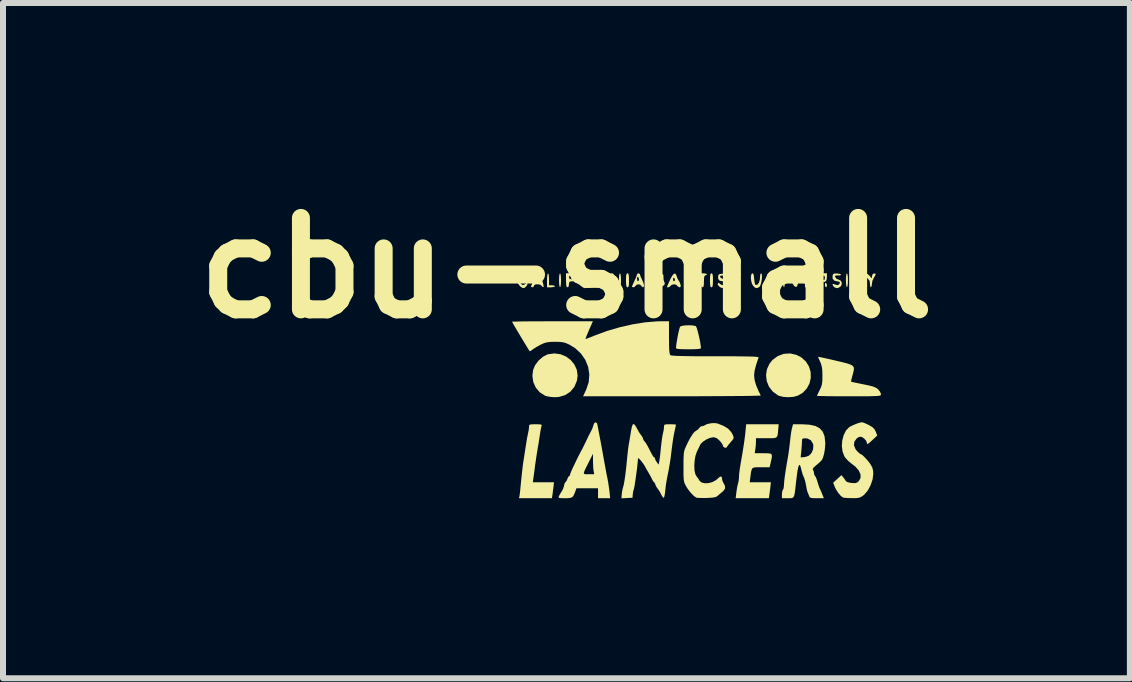
<source format=kicad_pcb>
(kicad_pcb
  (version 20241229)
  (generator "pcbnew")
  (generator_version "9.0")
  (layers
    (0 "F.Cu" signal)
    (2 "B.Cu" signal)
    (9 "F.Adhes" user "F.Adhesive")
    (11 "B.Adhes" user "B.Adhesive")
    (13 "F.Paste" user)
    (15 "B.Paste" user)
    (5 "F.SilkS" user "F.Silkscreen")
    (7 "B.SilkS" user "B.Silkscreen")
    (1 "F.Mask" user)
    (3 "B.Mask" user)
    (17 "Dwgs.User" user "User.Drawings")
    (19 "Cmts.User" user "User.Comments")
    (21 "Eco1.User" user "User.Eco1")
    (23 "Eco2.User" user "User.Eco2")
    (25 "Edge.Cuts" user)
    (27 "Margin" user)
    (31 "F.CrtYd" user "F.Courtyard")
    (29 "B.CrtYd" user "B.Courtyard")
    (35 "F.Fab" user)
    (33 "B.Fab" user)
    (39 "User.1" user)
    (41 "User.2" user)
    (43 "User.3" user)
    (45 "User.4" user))
  (footprint "cbu-small"
    (layer "F.Cu")
    (at 8.553 3.323)
    (property "Reference" "cbu-small" (at -2.159 -1.905 0) (layer "F.SilkS") (effects (font (size 1.524 1.524) (thickness 0.3))))
    (attr board_only exclude_from_pos_files exclude_from_bom)
    (fp_poly (pts (xy 2.181 -1.635) (xy 2.183 -1.616) (xy 2.176 -1.589) (xy 2.167 -1.583) (xy 2.154 -1.598) (xy 2.15 -1.626) (xy 2.155 -1.654) (xy 2.167 -1.658)) (stroke (width 0) (type solid)) (fill yes) (layer "F.SilkS"))
    (fp_poly (pts (xy -2.258 -1.801) (xy -2.252 -1.76) (xy -2.25 -1.7) (xy -2.25 -1.7) (xy -2.252 -1.64) (xy -2.258 -1.599) (xy -2.267 -1.583) (xy -2.267 -1.583) (xy -2.275 -1.599) (xy -2.281 -1.64) (xy -2.283 -1.7) (xy -2.283 -1.7) (xy -2.281 -1.76) (xy -2.275 -1.801) (xy -2.267 -1.817) (xy -2.267 -1.817)) (stroke (width 0) (type solid)) (fill yes) (layer "F.SilkS"))
    (fp_poly (pts (xy -1.128 -1.81) (xy -1.12 -1.785) (xy -1.117 -1.737) (xy -1.117 -1.7) (xy -1.118 -1.637) (xy -1.123 -1.6) (xy -1.134 -1.585) (xy -1.142 -1.583) (xy -1.155 -1.59) (xy -1.163 -1.615) (xy -1.166 -1.663) (xy -1.167 -1.7) (xy -1.165 -1.763) (xy -1.16 -1.8) (xy -1.149 -1.815) (xy -1.142 -1.817)) (stroke (width 0) (type solid)) (fill yes) (layer "F.SilkS"))
    (fp_poly (pts (xy 0.272 -1.81) (xy 0.28 -1.785) (xy 0.283 -1.737) (xy 0.283 -1.7) (xy 0.282 -1.637) (xy 0.277 -1.6) (xy 0.266 -1.585) (xy 0.258 -1.583) (xy 0.245 -1.59) (xy 0.237 -1.615) (xy 0.234 -1.663) (xy 0.233 -1.7) (xy 0.235 -1.763) (xy 0.24 -1.8) (xy 0.251 -1.815) (xy 0.258 -1.817)) (stroke (width 0) (type solid)) (fill yes) (layer "F.SilkS"))
    (fp_poly (pts (xy 1.475 -1.801) (xy 1.481 -1.76) (xy 1.483 -1.7) (xy 1.483 -1.7) (xy 1.481 -1.64) (xy 1.475 -1.599) (xy 1.467 -1.583) (xy 1.467 -1.583) (xy 1.458 -1.599) (xy 1.452 -1.64) (xy 1.45 -1.7) (xy 1.45 -1.7) (xy 1.452 -1.76) (xy 1.458 -1.801) (xy 1.467 -1.817) (xy 1.467 -1.817)) (stroke (width 0) (type solid)) (fill yes) (layer "F.SilkS"))
    (fp_poly (pts (xy 2.525 -1.801) (xy 2.531 -1.76) (xy 2.533 -1.7) (xy 2.533 -1.7) (xy 2.531 -1.64) (xy 2.525 -1.599) (xy 2.517 -1.583) (xy 2.517 -1.583) (xy 2.508 -1.599) (xy 2.502 -1.64) (xy 2.5 -1.7) (xy 2.5 -1.7) (xy 2.502 -1.76) (xy 2.508 -1.801) (xy 2.517 -1.817) (xy 2.517 -1.817)) (stroke (width 0) (type solid)) (fill yes) (layer "F.SilkS"))
    (fp_poly (pts (xy -2.458 -1.801) (xy -2.452 -1.762) (xy -2.45 -1.717) (xy -2.45 -1.617) (xy -2.4 -1.617) (xy -2.365 -1.612) (xy -2.35 -1.6) (xy -2.35 -1.6) (xy -2.365 -1.59) (xy -2.402 -1.584) (xy -2.417 -1.583) (xy -2.483 -1.583) (xy -2.483 -1.7) (xy -2.481 -1.76) (xy -2.475 -1.801) (xy -2.467 -1.817) (xy -2.467 -1.817)) (stroke (width 0) (type solid)) (fill yes) (layer "F.SilkS"))
    (fp_poly (pts (xy 1.674 -0.457) (xy 1.754 -0.416) (xy 1.832 -0.347) (xy 1.884 -0.263) (xy 1.912 -0.17) (xy 1.914 -0.074) (xy 1.893 0.02) (xy 1.847 0.105) (xy 1.779 0.176) (xy 1.696 0.224) (xy 1.624 0.243) (xy 1.538 0.249) (xy 1.452 0.243) (xy 1.379 0.224) (xy 1.365 0.217) (xy 1.279 0.154) (xy 1.217 0.074) (xy 1.18 -0.019) (xy 1.168 -0.118) (xy 1.183 -0.217) (xy 1.226 -0.31) (xy 1.276 -0.372) (xy 1.365 -0.438) (xy 1.464 -0.474) (xy 1.569 -0.481)) (stroke (width 0) (type solid)) (fill yes) (layer "F.SilkS"))
    (fp_poly (pts (xy 2.725 -1.814) (xy 2.758 -1.807) (xy 2.767 -1.8) (xy 2.752 -1.787) (xy 2.725 -1.783) (xy 2.702 -1.781) (xy 2.689 -1.77) (xy 2.684 -1.741) (xy 2.683 -1.687) (xy 2.683 -1.683) (xy 2.681 -1.63) (xy 2.674 -1.594) (xy 2.667 -1.583) (xy 2.658 -1.599) (xy 2.652 -1.638) (xy 2.65 -1.683) (xy 2.649 -1.739) (xy 2.643 -1.769) (xy 2.631 -1.781) (xy 2.617 -1.783) (xy 2.59 -1.79) (xy 2.583 -1.8) (xy 2.598 -1.809) (xy 2.637 -1.815) (xy 2.675 -1.817)) (stroke (width 0) (type solid)) (fill yes) (layer "F.SilkS"))
    (fp_poly (pts (xy -2.258 -0.467) (xy -2.166 -0.429) (xy -2.088 -0.37) (xy -2.027 -0.296) (xy -1.987 -0.209) (xy -1.973 -0.113) (xy -1.984 -0.028) (xy -2.027 0.075) (xy -2.094 0.157) (xy -2.181 0.214) (xy -2.286 0.245) (xy -2.352 0.249) (xy -2.419 0.245) (xy -2.482 0.234) (xy -2.517 0.223) (xy -2.604 0.168) (xy -2.67 0.091) (xy -2.712 -0.002) (xy -2.727 -0.106) (xy -2.716 -0.203) (xy -2.682 -0.285) (xy -2.624 -0.362) (xy -2.552 -0.425) (xy -2.474 -0.465) (xy -2.465 -0.467) (xy -2.359 -0.481)) (stroke (width 0) (type solid)) (fill yes) (layer "F.SilkS"))
    (fp_poly (pts (xy 0.148 -1.814) (xy 0.178 -1.806) (xy 0.183 -1.8) (xy 0.17 -1.785) (xy 0.158 -1.783) (xy 0.144 -1.776) (xy 0.136 -1.748) (xy 0.133 -1.695) (xy 0.133 -1.683) (xy 0.131 -1.625) (xy 0.125 -1.594) (xy 0.111 -1.584) (xy 0.108 -1.583) (xy 0.094 -1.591) (xy 0.086 -1.618) (xy 0.083 -1.671) (xy 0.083 -1.683) (xy 0.082 -1.739) (xy 0.077 -1.769) (xy 0.065 -1.781) (xy 0.05 -1.783) (xy 0.023 -1.79) (xy 0.017 -1.8) (xy 0.032 -1.81) (xy 0.07 -1.816) (xy 0.1 -1.817)) (stroke (width 0) (type solid)) (fill yes) (layer "F.SilkS"))
    (fp_poly (pts (xy 0.714 -1.814) (xy 0.744 -1.806) (xy 0.75 -1.8) (xy 0.736 -1.786) (xy 0.717 -1.783) (xy 0.698 -1.78) (xy 0.688 -1.764) (xy 0.684 -1.728) (xy 0.683 -1.683) (xy 0.681 -1.625) (xy 0.675 -1.594) (xy 0.661 -1.584) (xy 0.658 -1.583) (xy 0.644 -1.591) (xy 0.636 -1.618) (xy 0.633 -1.671) (xy 0.633 -1.683) (xy 0.631 -1.741) (xy 0.625 -1.773) (xy 0.611 -1.783) (xy 0.608 -1.783) (xy 0.586 -1.792) (xy 0.583 -1.8) (xy 0.598 -1.81) (xy 0.637 -1.816) (xy 0.667 -1.817)) (stroke (width 0) (type solid)) (fill yes) (layer "F.SilkS"))
    (fp_poly (pts (xy 2.183 -1.752) (xy 2.175 -1.699) (xy 2.15 -1.673) (xy 2.108 -1.677) (xy 2.108 -1.677) (xy 2.09 -1.676) (xy 2.084 -1.649) (xy 2.083 -1.635) (xy 2.076 -1.595) (xy 2.058 -1.583) (xy 2.045 -1.59) (xy 2.037 -1.615) (xy 2.034 -1.663) (xy 2.033 -1.7) (xy 2.033 -1.742) (xy 2.083 -1.742) (xy 2.091 -1.709) (xy 2.117 -1.7) (xy 2.143 -1.71) (xy 2.15 -1.742) (xy 2.142 -1.774) (xy 2.117 -1.783) (xy 2.091 -1.774) (xy 2.083 -1.742) (xy 2.033 -1.742) (xy 2.033 -1.817) (xy 2.183 -1.817)) (stroke (width 0) (type solid)) (fill yes) (layer "F.SilkS"))
    (fp_poly (pts (xy -2.837 -1.809) (xy -2.809 -1.792) (xy -2.806 -1.77) (xy -2.807 -1.769) (xy -2.826 -1.76) (xy -2.849 -1.77) (xy -2.888 -1.78) (xy -2.921 -1.766) (xy -2.942 -1.734) (xy -2.946 -1.694) (xy -2.928 -1.653) (xy -2.924 -1.649) (xy -2.894 -1.622) (xy -2.869 -1.622) (xy -2.844 -1.642) (xy -2.82 -1.657) (xy -2.809 -1.648) (xy -2.813 -1.623) (xy -2.828 -1.601) (xy -2.859 -1.573) (xy -2.889 -1.571) (xy -2.927 -1.596) (xy -2.939 -1.608) (xy -2.974 -1.656) (xy -2.984 -1.71) (xy -2.972 -1.76) (xy -2.941 -1.798) (xy -2.893 -1.816) (xy -2.882 -1.816)) (stroke (width 0) (type solid)) (fill yes) (layer "F.SilkS"))
    (fp_poly (pts (xy -2.047 -1.813) (xy -2.02 -1.805) (xy -2.017 -1.8) (xy -2.031 -1.788) (xy -2.066 -1.783) (xy -2.067 -1.783) (xy -2.103 -1.778) (xy -2.116 -1.759) (xy -2.117 -1.75) (xy -2.109 -1.726) (xy -2.08 -1.717) (xy -2.067 -1.717) (xy -2.032 -1.712) (xy -2.017 -1.7) (xy -2.017 -1.7) (xy -2.031 -1.688) (xy -2.066 -1.683) (xy -2.067 -1.683) (xy -2.102 -1.679) (xy -2.115 -1.66) (xy -2.117 -1.633) (xy -2.124 -1.594) (xy -2.142 -1.583) (xy -2.155 -1.59) (xy -2.163 -1.615) (xy -2.166 -1.663) (xy -2.167 -1.7) (xy -2.167 -1.817) (xy -2.092 -1.817)) (stroke (width 0) (type solid)) (fill yes) (layer "F.SilkS"))
    (fp_poly (pts (xy 1.097 -1.802) (xy 1.1 -1.766) (xy 1.097 -1.716) (xy 1.088 -1.664) (xy 1.075 -1.619) (xy 1.059 -1.591) (xy 1.056 -1.588) (xy 1.017 -1.569) (xy 0.984 -1.577) (xy 0.951 -1.611) (xy 0.931 -1.649) (xy 0.919 -1.699) (xy 0.915 -1.75) (xy 0.92 -1.791) (xy 0.934 -1.815) (xy 0.941 -1.817) (xy 0.956 -1.806) (xy 0.966 -1.772) (xy 0.97 -1.722) (xy 0.976 -1.67) (xy 0.986 -1.633) (xy 0.994 -1.621) (xy 1.024 -1.627) (xy 1.049 -1.658) (xy 1.064 -1.708) (xy 1.067 -1.743) (xy 1.071 -1.791) (xy 1.081 -1.815) (xy 1.086 -1.817)) (stroke (width 0) (type solid)) (fill yes) (layer "F.SilkS"))
    (fp_poly (pts (xy 1.759 -1.814) (xy 1.76 -1.793) (xy 1.752 -1.757) (xy 1.739 -1.718) (xy 1.725 -1.69) (xy 1.717 -1.683) (xy 1.705 -1.669) (xy 1.697 -1.638) (xy 1.685 -1.598) (xy 1.663 -1.589) (xy 1.634 -1.609) (xy 1.606 -1.654) (xy 1.573 -1.727) (xy 1.558 -1.78) (xy 1.561 -1.81) (xy 1.575 -1.817) (xy 1.597 -1.809) (xy 1.6 -1.802) (xy 1.606 -1.778) (xy 1.621 -1.738) (xy 1.626 -1.726) (xy 1.645 -1.687) (xy 1.66 -1.676) (xy 1.676 -1.684) (xy 1.694 -1.715) (xy 1.7 -1.753) (xy 1.709 -1.788) (xy 1.729 -1.813) (xy 1.751 -1.818)) (stroke (width 0) (type solid)) (fill yes) (layer "F.SilkS"))
    (fp_poly (pts (xy -0.073 -0.949) (xy -0.024 -0.942) (xy -0.001 -0.935) (xy 0.009 -0.914) (xy 0.024 -0.869) (xy 0.04 -0.808) (xy 0.056 -0.738) (xy 0.07 -0.669) (xy 0.079 -0.609) (xy 0.083 -0.571) (xy 0.074 -0.562) (xy 0.044 -0.555) (xy -0.009 -0.552) (xy -0.092 -0.55) (xy -0.125 -0.55) (xy -0.217 -0.551) (xy -0.28 -0.554) (xy -0.317 -0.559) (xy -0.332 -0.568) (xy -0.333 -0.571) (xy -0.33 -0.61) (xy -0.322 -0.668) (xy -0.31 -0.736) (xy -0.297 -0.805) (xy -0.283 -0.866) (xy -0.271 -0.91) (xy -0.264 -0.928) (xy -0.238 -0.939) (xy -0.191 -0.947) (xy -0.132 -0.95)) (stroke (width 0) (type solid)) (fill yes) (layer "F.SilkS"))
    (fp_poly (pts (xy 2.863 -1.804) (xy 2.896 -1.774) (xy 2.898 -1.771) (xy 2.921 -1.741) (xy 2.931 -1.738) (xy 2.933 -1.758) (xy 2.933 -1.763) (xy 2.943 -1.797) (xy 2.959 -1.811) (xy 2.988 -1.815) (xy 2.995 -1.797) (xy 2.977 -1.761) (xy 2.97 -1.75) (xy 2.942 -1.693) (xy 2.933 -1.642) (xy 2.929 -1.604) (xy 2.919 -1.584) (xy 2.917 -1.583) (xy 2.906 -1.598) (xy 2.9 -1.634) (xy 2.9 -1.64) (xy 2.897 -1.68) (xy 2.889 -1.702) (xy 2.888 -1.703) (xy 2.871 -1.719) (xy 2.844 -1.752) (xy 2.837 -1.762) (xy 2.814 -1.797) (xy 2.81 -1.813) (xy 2.823 -1.817) (xy 2.831 -1.817)) (stroke (width 0) (type solid)) (fill yes) (layer "F.SilkS"))
    (fp_poly (pts (xy -0.083 -1.813) (xy -0.049 -1.798) (xy -0.035 -1.767) (xy -0.033 -1.74) (xy -0.035 -1.704) (xy -0.048 -1.688) (xy -0.081 -1.683) (xy -0.1 -1.683) (xy -0.143 -1.681) (xy -0.162 -1.671) (xy -0.167 -1.644) (xy -0.167 -1.633) (xy -0.171 -1.598) (xy -0.183 -1.583) (xy -0.183 -1.583) (xy -0.192 -1.599) (xy -0.198 -1.64) (xy -0.2 -1.7) (xy -0.2 -1.742) (xy -0.167 -1.742) (xy -0.162 -1.71) (xy -0.141 -1.702) (xy -0.129 -1.703) (xy -0.098 -1.72) (xy -0.092 -1.742) (xy -0.105 -1.771) (xy -0.129 -1.78) (xy -0.157 -1.778) (xy -0.166 -1.755) (xy -0.167 -1.742) (xy -0.2 -1.742) (xy -0.2 -1.817) (xy -0.143 -1.817)) (stroke (width 0) (type solid)) (fill yes) (layer "F.SilkS"))
    (fp_poly (pts (xy 1.936 -1.813) (xy 1.963 -1.805) (xy 1.967 -1.8) (xy 1.952 -1.789) (xy 1.916 -1.783) (xy 1.908 -1.783) (xy 1.868 -1.78) (xy 1.852 -1.765) (xy 1.85 -1.75) (xy 1.858 -1.726) (xy 1.887 -1.717) (xy 1.9 -1.717) (xy 1.935 -1.712) (xy 1.95 -1.7) (xy 1.95 -1.7) (xy 1.936 -1.688) (xy 1.901 -1.683) (xy 1.9 -1.683) (xy 1.863 -1.678) (xy 1.851 -1.659) (xy 1.85 -1.65) (xy 1.857 -1.627) (xy 1.882 -1.618) (xy 1.908 -1.617) (xy 1.947 -1.612) (xy 1.966 -1.602) (xy 1.967 -1.6) (xy 1.952 -1.59) (xy 1.914 -1.584) (xy 1.892 -1.583) (xy 1.817 -1.583) (xy 1.817 -1.817) (xy 1.892 -1.817)) (stroke (width 0) (type solid)) (fill yes) (layer "F.SilkS"))
    (fp_poly (pts (xy 1.243 -1.792) (xy 1.267 -1.75) (xy 1.29 -1.71) (xy 1.311 -1.686) (xy 1.317 -1.683) (xy 1.327 -1.698) (xy 1.333 -1.735) (xy 1.333 -1.75) (xy 1.337 -1.796) (xy 1.351 -1.815) (xy 1.358 -1.817) (xy 1.372 -1.81) (xy 1.38 -1.785) (xy 1.383 -1.737) (xy 1.383 -1.7) (xy 1.38 -1.629) (xy 1.37 -1.59) (xy 1.351 -1.583) (xy 1.325 -1.606) (xy 1.316 -1.618) (xy 1.288 -1.656) (xy 1.254 -1.697) (xy 1.217 -1.742) (xy 1.217 -1.663) (xy 1.214 -1.616) (xy 1.206 -1.588) (xy 1.2 -1.583) (xy 1.191 -1.599) (xy 1.186 -1.64) (xy 1.183 -1.7) (xy 1.183 -1.7) (xy 1.187 -1.771) (xy 1.198 -1.81) (xy 1.217 -1.817)) (stroke (width 0) (type solid)) (fill yes) (layer "F.SilkS"))
    (fp_poly (pts (xy 2.356 -1.813) (xy 2.398 -1.807) (xy 2.419 -1.796) (xy 2.42 -1.792) (xy 2.403 -1.782) (xy 2.366 -1.781) (xy 2.365 -1.781) (xy 2.329 -1.781) (xy 2.318 -1.768) (xy 2.32 -1.756) (xy 2.339 -1.728) (xy 2.359 -1.719) (xy 2.408 -1.698) (xy 2.431 -1.663) (xy 2.427 -1.621) (xy 2.407 -1.593) (xy 2.364 -1.569) (xy 2.319 -1.577) (xy 2.294 -1.597) (xy 2.276 -1.627) (xy 2.284 -1.641) (xy 2.312 -1.632) (xy 2.316 -1.63) (xy 2.354 -1.619) (xy 2.386 -1.63) (xy 2.4 -1.657) (xy 2.4 -1.658) (xy 2.386 -1.678) (xy 2.351 -1.683) (xy 2.303 -1.696) (xy 2.277 -1.732) (xy 2.278 -1.781) (xy 2.289 -1.805) (xy 2.312 -1.814)) (stroke (width 0) (type solid)) (fill yes) (layer "F.SilkS"))
    (fp_poly (pts (xy 0.488 -1.805) (xy 0.511 -1.796) (xy 0.512 -1.792) (xy 0.495 -1.782) (xy 0.458 -1.78) (xy 0.454 -1.78) (xy 0.413 -1.778) (xy 0.4 -1.764) (xy 0.413 -1.742) (xy 0.453 -1.718) (xy 0.467 -1.712) (xy 0.516 -1.683) (xy 0.534 -1.649) (xy 0.518 -1.61) (xy 0.503 -1.594) (xy 0.462 -1.57) (xy 0.42 -1.576) (xy 0.388 -1.596) (xy 0.363 -1.626) (xy 0.364 -1.647) (xy 0.38 -1.659) (xy 0.399 -1.642) (xy 0.431 -1.62) (xy 0.462 -1.619) (xy 0.481 -1.638) (xy 0.483 -1.65) (xy 0.472 -1.677) (xy 0.446 -1.684) (xy 0.395 -1.693) (xy 0.371 -1.723) (xy 0.369 -1.76) (xy 0.376 -1.791) (xy 0.393 -1.804) (xy 0.43 -1.808) (xy 0.446 -1.808)) (stroke (width 0) (type solid)) (fill yes) (layer "F.SilkS"))
    (fp_poly (pts (xy -1.258 -1.801) (xy -1.252 -1.76) (xy -1.25 -1.7) (xy -1.25 -1.7) (xy -1.252 -1.635) (xy -1.259 -1.595) (xy -1.268 -1.583) (xy -1.3 -1.599) (xy -1.334 -1.64) (xy -1.358 -1.687) (xy -1.382 -1.742) (xy -1.383 -1.663) (xy -1.386 -1.611) (xy -1.397 -1.587) (xy -1.408 -1.583) (xy -1.422 -1.59) (xy -1.43 -1.615) (xy -1.433 -1.663) (xy -1.433 -1.7) (xy -1.432 -1.761) (xy -1.428 -1.797) (xy -1.419 -1.813) (xy -1.403 -1.817) (xy -1.401 -1.817) (xy -1.375 -1.807) (xy -1.36 -1.772) (xy -1.357 -1.758) (xy -1.341 -1.714) (xy -1.318 -1.684) (xy -1.315 -1.682) (xy -1.296 -1.675) (xy -1.286 -1.686) (xy -1.283 -1.72) (xy -1.283 -1.741) (xy -1.28 -1.786) (xy -1.272 -1.813) (xy -1.267 -1.817)) (stroke (width 0) (type solid)) (fill yes) (layer "F.SilkS"))
    (fp_poly (pts (xy -0.621 -1.813) (xy -0.573 -1.809) (xy -0.55 -1.8) (xy -0.542 -1.778) (xy -0.542 -1.747) (xy -0.539 -1.704) (xy -0.531 -1.676) (xy -0.529 -1.674) (xy -0.518 -1.645) (xy -0.534 -1.617) (xy -0.57 -1.595) (xy -0.621 -1.584) (xy -0.635 -1.583) (xy -0.7 -1.583) (xy -0.7 -1.649) (xy -0.633 -1.649) (xy -0.623 -1.624) (xy -0.6 -1.62) (xy -0.578 -1.635) (xy -0.57 -1.654) (xy -0.576 -1.678) (xy -0.599 -1.683) (xy -0.627 -1.672) (xy -0.633 -1.649) (xy -0.7 -1.649) (xy -0.7 -1.75) (xy -0.633 -1.75) (xy -0.622 -1.722) (xy -0.6 -1.717) (xy -0.572 -1.728) (xy -0.567 -1.75) (xy -0.578 -1.778) (xy -0.6 -1.783) (xy -0.628 -1.772) (xy -0.633 -1.75) (xy -0.7 -1.75) (xy -0.7 -1.818)) (stroke (width 0) (type solid)) (fill yes) (layer "F.SilkS"))
    (fp_poly (pts (xy -0.327 -1.784) (xy -0.323 -1.771) (xy -0.307 -1.727) (xy -0.291 -1.7) (xy -0.27 -1.665) (xy -0.258 -1.629) (xy -0.254 -1.596) (xy -0.267 -1.584) (xy -0.274 -1.583) (xy -0.303 -1.597) (xy -0.311 -1.608) (xy -0.333 -1.627) (xy -0.367 -1.633) (xy -0.404 -1.625) (xy -0.423 -1.608) (xy -0.439 -1.592) (xy -0.464 -1.582) (xy -0.482 -1.584) (xy -0.483 -1.589) (xy -0.477 -1.606) (xy -0.46 -1.646) (xy -0.436 -1.699) (xy -0.433 -1.706) (xy -0.427 -1.718) (xy -0.383 -1.718) (xy -0.377 -1.69) (xy -0.367 -1.683) (xy -0.352 -1.697) (xy -0.35 -1.707) (xy -0.36 -1.736) (xy -0.367 -1.742) (xy -0.38 -1.737) (xy -0.383 -1.718) (xy -0.427 -1.718) (xy -0.398 -1.773) (xy -0.368 -1.809) (xy -0.344 -1.812)) (stroke (width 0) (type solid)) (fill yes) (layer "F.SilkS"))
    (fp_poly (pts (xy -2.614 -1.802) (xy -2.609 -1.798) (xy -2.592 -1.77) (xy -2.574 -1.725) (xy -2.556 -1.673) (xy -2.544 -1.626) (xy -2.54 -1.593) (xy -2.542 -1.586) (xy -2.557 -1.589) (xy -2.569 -1.604) (xy -2.593 -1.624) (xy -2.63 -1.633) (xy -2.668 -1.633) (xy -2.695 -1.621) (xy -2.7 -1.608) (xy -2.713 -1.586) (xy -2.725 -1.583) (xy -2.747 -1.589) (xy -2.75 -1.593) (xy -2.744 -1.614) (xy -2.729 -1.651) (xy -2.727 -1.656) (xy -2.707 -1.706) (xy -2.667 -1.706) (xy -2.653 -1.686) (xy -2.642 -1.683) (xy -2.622 -1.698) (xy -2.617 -1.727) (xy -2.619 -1.756) (xy -2.632 -1.758) (xy -2.642 -1.75) (xy -2.663 -1.722) (xy -2.667 -1.706) (xy -2.707 -1.706) (xy -2.707 -1.708) (xy -2.693 -1.755) (xy -2.674 -1.796) (xy -2.645 -1.813)) (stroke (width 0) (type solid)) (fill yes) (layer "F.SilkS"))
    (fp_poly (pts (xy -0.936 -1.805) (xy -0.933 -1.796) (xy -0.926 -1.769) (xy -0.907 -1.727) (xy -0.9 -1.712) (xy -0.877 -1.658) (xy -0.867 -1.615) (xy -0.873 -1.588) (xy -0.884 -1.583) (xy -0.904 -1.597) (xy -0.911 -1.608) (xy -0.933 -1.628) (xy -0.958 -1.633) (xy -0.992 -1.624) (xy -1.006 -1.608) (xy -1.023 -1.59) (xy -1.048 -1.583) (xy -1.065 -1.59) (xy -1.066 -1.596) (xy -1.059 -1.617) (xy -1.041 -1.657) (xy -1.025 -1.692) (xy -1.009 -1.726) (xy -0.983 -1.726) (xy -0.978 -1.694) (xy -0.967 -1.683) (xy -0.953 -1.697) (xy -0.95 -1.716) (xy -0.958 -1.748) (xy -0.967 -1.758) (xy -0.979 -1.752) (xy -0.983 -1.726) (xy -1.009 -1.726) (xy -1.002 -1.742) (xy -0.987 -1.781) (xy -0.983 -1.796) (xy -0.97 -1.814) (xy -0.958 -1.817)) (stroke (width 0) (type solid)) (fill yes) (layer "F.SilkS"))
    (fp_poly (pts (xy -1.844 -1.813) (xy -1.795 -1.805) (xy -1.767 -1.786) (xy -1.754 -1.764) (xy -1.74 -1.704) (xy -1.752 -1.645) (xy -1.786 -1.601) (xy -1.801 -1.591) (xy -1.836 -1.573) (xy -1.856 -1.569) (xy -1.876 -1.577) (xy -1.892 -1.586) (xy -1.934 -1.619) (xy -1.968 -1.661) (xy -1.983 -1.7) (xy -1.983 -1.702) (xy -1.98 -1.711) (xy -1.927 -1.711) (xy -1.925 -1.689) (xy -1.901 -1.66) (xy -1.899 -1.658) (xy -1.867 -1.627) (xy -1.844 -1.62) (xy -1.819 -1.638) (xy -1.804 -1.654) (xy -1.78 -1.686) (xy -1.78 -1.713) (xy -1.789 -1.734) (xy -1.821 -1.771) (xy -1.86 -1.779) (xy -1.899 -1.756) (xy -1.91 -1.742) (xy -1.927 -1.711) (xy -1.98 -1.711) (xy -1.973 -1.733) (xy -1.95 -1.771) (xy -1.948 -1.774) (xy -1.919 -1.803) (xy -1.884 -1.814)) (stroke (width 0) (type solid)) (fill yes) (layer "F.SilkS"))
    (fp_poly (pts (xy -1.563 -1.812) (xy -1.527 -1.801) (xy -1.52 -1.797) (xy -1.503 -1.763) (xy -1.502 -1.724) (xy -1.517 -1.694) (xy -1.526 -1.689) (xy -1.542 -1.679) (xy -1.538 -1.66) (xy -1.526 -1.64) (xy -1.504 -1.604) (xy -1.504 -1.588) (xy -1.526 -1.583) (xy -1.53 -1.583) (xy -1.557 -1.597) (xy -1.587 -1.629) (xy -1.592 -1.637) (xy -1.625 -1.692) (xy -1.63 -1.637) (xy -1.641 -1.597) (xy -1.659 -1.583) (xy -1.673 -1.591) (xy -1.68 -1.618) (xy -1.683 -1.671) (xy -1.683 -1.7) (xy -1.683 -1.742) (xy -1.633 -1.742) (xy -1.625 -1.709) (xy -1.601 -1.7) (xy -1.571 -1.709) (xy -1.562 -1.721) (xy -1.562 -1.759) (xy -1.586 -1.781) (xy -1.602 -1.783) (xy -1.627 -1.773) (xy -1.633 -1.742) (xy -1.683 -1.742) (xy -1.683 -1.817) (xy -1.612 -1.817)) (stroke (width 0) (type solid)) (fill yes) (layer "F.SilkS"))
    (fp_poly (pts (xy -2.615 0.701) (xy -2.583 0.705) (xy -2.572 0.714) (xy -2.575 0.729) (xy -2.583 0.76) (xy -2.593 0.813) (xy -2.601 0.867) (xy -2.612 0.938) (xy -2.625 1.024) (xy -2.64 1.108) (xy -2.641 1.117) (xy -2.656 1.207) (xy -2.671 1.308) (xy -2.684 1.399) (xy -2.684 1.4) (xy -2.693 1.474) (xy -2.703 1.544) (xy -2.71 1.596) (xy -2.711 1.604) (xy -2.72 1.667) (xy -2.367 1.667) (xy -2.376 1.746) (xy -2.384 1.807) (xy -2.391 1.864) (xy -2.393 1.879) (xy -2.402 1.933) (xy -2.951 1.933) (xy -2.942 1.896) (xy -2.938 1.865) (xy -2.931 1.808) (xy -2.924 1.736) (xy -2.917 1.667) (xy -2.908 1.575) (xy -2.898 1.482) (xy -2.888 1.4) (xy -2.883 1.358) (xy -2.86 1.21) (xy -2.842 1.092) (xy -2.827 0.999) (xy -2.816 0.93) (xy -2.806 0.88) (xy -2.799 0.848) (xy -2.788 0.794) (xy -2.783 0.746) (xy -2.783 0.744) (xy -2.782 0.72) (xy -2.772 0.707) (xy -2.746 0.702) (xy -2.698 0.7) (xy -2.673 0.7)) (stroke (width 0) (type solid)) (fill yes) (layer "F.SilkS"))
    (fp_poly (pts (xy 1.372 0.779) (xy 1.366 0.847) (xy 1.358 0.891) (xy 1.343 0.917) (xy 1.315 0.929) (xy 1.266 0.933) (xy 1.191 0.933) (xy 1.175 0.933) (xy 1 0.933) (xy 1 0.996) (xy 0.997 1.058) (xy 0.989 1.121) (xy 0.989 1.121) (xy 0.979 1.183) (xy 1.123 1.183) (xy 1.196 1.184) (xy 1.241 1.189) (xy 1.263 1.206) (xy 1.266 1.239) (xy 1.256 1.295) (xy 1.247 1.332) (xy 1.228 1.417) (xy 1.082 1.417) (xy 1.012 1.417) (xy 0.967 1.421) (xy 0.94 1.435) (xy 0.925 1.465) (xy 0.915 1.517) (xy 0.907 1.579) (xy 0.896 1.667) (xy 1.249 1.667) (xy 1.24 1.746) (xy 1.233 1.807) (xy 1.225 1.864) (xy 1.223 1.879) (xy 1.215 1.933) (xy 0.662 1.933) (xy 0.674 1.832) (xy 0.683 1.77) (xy 0.693 1.716) (xy 0.701 1.689) (xy 0.711 1.645) (xy 0.717 1.59) (xy 0.717 1.578) (xy 0.72 1.528) (xy 0.728 1.459) (xy 0.74 1.383) (xy 0.743 1.367) (xy 0.777 1.169) (xy 0.803 1.002) (xy 0.821 0.865) (xy 0.825 0.821) (xy 0.837 0.7) (xy 1.379 0.7)) (stroke (width 0) (type solid)) (fill yes) (layer "F.SilkS"))
    (fp_poly (pts (xy 2.054 -0.422) (xy 2.098 -0.413) (xy 2.164 -0.399) (xy 2.247 -0.38) (xy 2.333 -0.36) (xy 2.443 -0.334) (xy 2.524 -0.313) (xy 2.581 -0.293) (xy 2.615 -0.273) (xy 2.631 -0.247) (xy 2.633 -0.214) (xy 2.624 -0.17) (xy 2.609 -0.113) (xy 2.595 -0.06) (xy 2.587 -0.023) (xy 2.586 -0.009) (xy 2.604 -0.005) (xy 2.647 0.005) (xy 2.711 0.018) (xy 2.788 0.034) (xy 2.792 0.034) (xy 2.881 0.053) (xy 2.945 0.069) (xy 2.989 0.086) (xy 3.02 0.104) (xy 3.038 0.119) (xy 3.068 0.157) (xy 3.083 0.193) (xy 3.083 0.199) (xy 3.083 0.208) (xy 3.078 0.216) (xy 3.067 0.222) (xy 3.045 0.226) (xy 3.009 0.229) (xy 2.956 0.231) (xy 2.882 0.233) (xy 2.784 0.233) (xy 2.658 0.233) (xy 2.55 0.233) (xy 2.42 0.233) (xy 2.302 0.233) (xy 2.199 0.232) (xy 2.116 0.23) (xy 2.055 0.229) (xy 2.022 0.227) (xy 2.017 0.226) (xy 2.024 0.209) (xy 2.042 0.171) (xy 2.062 0.131) (xy 2.085 0.082) (xy 2.099 0.037) (xy 2.106 -0.014) (xy 2.108 -0.085) (xy 2.108 -0.108) (xy 2.106 -0.192) (xy 2.099 -0.254) (xy 2.085 -0.306) (xy 2.071 -0.34) (xy 2.05 -0.386) (xy 2.039 -0.417) (xy 2.037 -0.425)) (stroke (width 0) (type solid)) (fill yes) (layer "F.SilkS"))
    (fp_poly (pts (xy -1.649 0.686) (xy -1.644 0.704) (xy -1.611 0.876) (xy -1.582 1.03) (xy -1.558 1.162) (xy -1.539 1.269) (xy -1.525 1.346) (xy -1.524 1.35) (xy -1.509 1.433) (xy -1.492 1.525) (xy -1.478 1.592) (xy -1.463 1.673) (xy -1.45 1.762) (xy -1.442 1.821) (xy -1.431 1.933) (xy -1.633 1.933) (xy -1.633 1.767) (xy -1.993 1.767) (xy -2.015 1.829) (xy -2.036 1.881) (xy -2.059 1.912) (xy -2.092 1.928) (xy -2.145 1.933) (xy -2.185 1.933) (xy -2.245 1.932) (xy -2.278 1.929) (xy -2.29 1.92) (xy -2.288 1.905) (xy -2.288 1.904) (xy -2.271 1.872) (xy -2.245 1.828) (xy -2.238 1.819) (xy -2.214 1.773) (xy -2.201 1.732) (xy -2.2 1.725) (xy -2.19 1.686) (xy -2.177 1.668) (xy -2.154 1.637) (xy -2.143 1.608) (xy -2.13 1.577) (xy -2.116 1.567) (xy -2.102 1.553) (xy -2.1 1.54) (xy -2.093 1.518) (xy -2.088 1.506) (xy -1.869 1.506) (xy -1.867 1.525) (xy -1.851 1.532) (xy -1.821 1.534) (xy -1.789 1.533) (xy -1.696 1.533) (xy -1.706 1.481) (xy -1.712 1.438) (xy -1.715 1.375) (xy -1.717 1.31) (xy -1.717 1.192) (xy -1.79 1.337) (xy -1.83 1.417) (xy -1.857 1.472) (xy -1.869 1.506) (xy -2.088 1.506) (xy -2.074 1.472) (xy -2.046 1.411) (xy -2.012 1.34) (xy -1.977 1.266) (xy -1.941 1.196) (xy -1.91 1.136) (xy -1.899 1.117) (xy -1.883 1.086) (xy -1.861 1.041) (xy -1.853 1.025) (xy -1.813 0.942) (xy -1.785 0.883) (xy -1.763 0.841) (xy -1.747 0.81) (xy -1.741 0.8) (xy -1.72 0.75) (xy -1.709 0.713) (xy -1.693 0.677) (xy -1.67 0.668)) (stroke (width 0) (type solid)) (fill yes) (layer "F.SilkS"))
    (fp_poly (pts (xy 2.795 0.674) (xy 2.841 0.693) (xy 2.882 0.713) (xy 2.94 0.747) (xy 2.975 0.781) (xy 2.997 0.823) (xy 3.022 0.888) (xy 2.944 0.961) (xy 2.897 1.004) (xy 2.869 1.026) (xy 2.855 1.03) (xy 2.85 1.019) (xy 2.85 1.01) (xy 2.837 0.975) (xy 2.804 0.938) (xy 2.764 0.912) (xy 2.756 0.909) (xy 2.715 0.912) (xy 2.677 0.939) (xy 2.64 0.992) (xy 2.634 1.052) (xy 2.66 1.115) (xy 2.684 1.146) (xy 2.718 1.179) (xy 2.744 1.198) (xy 2.75 1.2) (xy 2.772 1.212) (xy 2.807 1.245) (xy 2.849 1.29) (xy 2.891 1.341) (xy 2.912 1.372) (xy 2.94 1.422) (xy 2.953 1.477) (xy 2.956 1.53) (xy 2.944 1.622) (xy 2.911 1.717) (xy 2.864 1.805) (xy 2.806 1.873) (xy 2.789 1.887) (xy 2.753 1.911) (xy 2.719 1.925) (xy 2.675 1.931) (xy 2.61 1.932) (xy 2.601 1.932) (xy 2.537 1.93) (xy 2.484 1.927) (xy 2.453 1.922) (xy 2.451 1.921) (xy 2.415 1.895) (xy 2.374 1.847) (xy 2.336 1.789) (xy 2.314 1.744) (xy 2.287 1.675) (xy 2.425 1.548) (xy 2.455 1.585) (xy 2.482 1.621) (xy 2.498 1.647) (xy 2.524 1.664) (xy 2.572 1.676) (xy 2.595 1.679) (xy 2.649 1.682) (xy 2.683 1.674) (xy 2.71 1.653) (xy 2.714 1.649) (xy 2.744 1.595) (xy 2.743 1.535) (xy 2.714 1.471) (xy 2.657 1.406) (xy 2.596 1.359) (xy 2.539 1.312) (xy 2.49 1.259) (xy 2.473 1.233) (xy 2.443 1.153) (xy 2.432 1.063) (xy 2.439 0.969) (xy 2.463 0.88) (xy 2.501 0.804) (xy 2.553 0.75) (xy 2.571 0.739) (xy 2.633 0.709) (xy 2.696 0.684) (xy 2.748 0.669) (xy 2.767 0.667)) (stroke (width 0) (type solid)) (fill yes) (layer "F.SilkS"))
    (fp_poly (pts (xy 0.352 0.685) (xy 0.356 0.686) (xy 0.46 0.727) (xy 0.537 0.774) (xy 0.589 0.832) (xy 0.616 0.881) (xy 0.627 0.914) (xy 0.625 0.939) (xy 0.605 0.968) (xy 0.579 0.998) (xy 0.545 1.038) (xy 0.52 1.071) (xy 0.514 1.082) (xy 0.498 1.094) (xy 0.472 1.087) (xy 0.453 1.069) (xy 0.45 1.057) (xy 0.439 1.032) (xy 0.413 0.995) (xy 0.396 0.976) (xy 0.352 0.935) (xy 0.31 0.919) (xy 0.286 0.917) (xy 0.234 0.927) (xy 0.174 0.953) (xy 0.119 0.989) (xy 0.079 1.027) (xy 0.071 1.042) (xy 0.055 1.075) (xy 0.031 1.125) (xy 0.015 1.158) (xy -0.008 1.224) (xy -0.022 1.303) (xy -0.028 1.386) (xy -0.025 1.464) (xy -0.012 1.528) (xy 0.007 1.565) (xy 0.038 1.606) (xy 0.057 1.638) (xy 0.09 1.669) (xy 0.142 1.683) (xy 0.205 1.682) (xy 0.271 1.665) (xy 0.33 1.634) (xy 0.351 1.616) (xy 0.394 1.579) (xy 0.42 1.569) (xy 0.432 1.586) (xy 0.433 1.605) (xy 0.443 1.649) (xy 0.456 1.675) (xy 0.484 1.729) (xy 0.485 1.772) (xy 0.456 1.812) (xy 0.438 1.828) (xy 0.396 1.863) (xy 0.361 1.893) (xy 0.354 1.9) (xy 0.326 1.914) (xy 0.275 1.923) (xy 0.196 1.928) (xy 0.176 1.929) (xy 0.107 1.929) (xy 0.049 1.928) (xy 0.012 1.925) (xy 0.005 1.923) (xy -0.037 1.894) (xy -0.086 1.844) (xy -0.135 1.781) (xy -0.16 1.742) (xy -0.178 1.709) (xy -0.192 1.679) (xy -0.2 1.648) (xy -0.205 1.606) (xy -0.208 1.549) (xy -0.208 1.469) (xy -0.208 1.408) (xy -0.208 1.311) (xy -0.206 1.239) (xy -0.203 1.187) (xy -0.196 1.146) (xy -0.185 1.111) (xy -0.168 1.073) (xy -0.162 1.058) (xy -0.135 1.003) (xy -0.112 0.957) (xy -0.099 0.933) (xy -0.078 0.901) (xy -0.054 0.862) (xy -0.025 0.827) (xy 0.004 0.807) (xy 0.036 0.785) (xy 0.051 0.766) (xy 0.077 0.739) (xy 0.097 0.733) (xy 0.131 0.726) (xy 0.142 0.719) (xy 0.181 0.699) (xy 0.239 0.685) (xy 0.3 0.68)) (stroke (width 0) (type solid)) (fill yes) (layer "F.SilkS"))
    (fp_poly (pts (xy -1.783 -0.871) (xy -1.81 -0.808) (xy -1.83 -0.758) (xy -1.841 -0.727) (xy -1.843 -0.721) (xy -1.827 -0.725) (xy -1.787 -0.74) (xy -1.729 -0.763) (xy -1.674 -0.785) (xy -1.477 -0.857) (xy -1.268 -0.918) (xy -1.056 -0.966) (xy -0.85 -0.999) (xy -0.658 -1.015) (xy -0.591 -1.017) (xy -0.45 -1.017) (xy -0.45 -0.745) (xy -0.449 -0.628) (xy -0.446 -0.542) (xy -0.44 -0.486) (xy -0.432 -0.457) (xy -0.43 -0.453) (xy -0.416 -0.448) (xy -0.383 -0.444) (xy -0.33 -0.44) (xy -0.254 -0.438) (xy -0.154 -0.436) (xy -0.026 -0.434) (xy 0.131 -0.434) (xy 0.318 -0.433) (xy 0.321 -0.433) (xy 0.503 -0.433) (xy 0.654 -0.433) (xy 0.776 -0.431) (xy 0.872 -0.43) (xy 0.944 -0.428) (xy 0.995 -0.425) (xy 1.027 -0.421) (xy 1.042 -0.417) (xy 1.044 -0.412) (xy 1.035 -0.387) (xy 1.019 -0.34) (xy 1 -0.281) (xy 0.999 -0.277) (xy 0.977 -0.193) (xy 0.969 -0.116) (xy 0.977 -0.039) (xy 1.001 0.046) (xy 1.043 0.146) (xy 1.08 0.221) (xy 1.064 0.223) (xy 1.018 0.224) (xy 0.943 0.226) (xy 0.842 0.228) (xy 0.717 0.229) (xy 0.57 0.23) (xy 0.404 0.231) (xy 0.221 0.232) (xy 0.024 0.233) (xy -0.185 0.233) (xy -0.398 0.233) (xy -1.882 0.233) (xy -1.83 0.122) (xy -1.788 -0.003) (xy -1.778 -0.131) (xy -1.797 -0.255) (xy -1.844 -0.372) (xy -1.917 -0.478) (xy -2.015 -0.569) (xy -2.114 -0.629) (xy -2.168 -0.653) (xy -2.218 -0.667) (xy -2.275 -0.673) (xy -2.35 -0.675) (xy -2.427 -0.673) (xy -2.484 -0.666) (xy -2.533 -0.652) (xy -2.583 -0.63) (xy -2.642 -0.598) (xy -2.695 -0.566) (xy -2.721 -0.548) (xy -2.752 -0.525) (xy -2.772 -0.517) (xy -2.773 -0.518) (xy -2.784 -0.535) (xy -2.809 -0.574) (xy -2.843 -0.631) (xy -2.884 -0.698) (xy -2.927 -0.77) (xy -2.97 -0.842) (xy -3.009 -0.907) (xy -3.04 -0.961) (xy -3.06 -0.997) (xy -3.067 -1.009) (xy -3.051 -1.011) (xy -3.005 -1.012) (xy -2.932 -1.014) (xy -2.837 -1.015) (xy -2.723 -1.016) (xy -2.593 -1.016) (xy -2.451 -1.017) (xy -2.393 -1.017) (xy -1.719 -1.017)) (stroke (width 0) (type solid)) (fill yes) (layer "F.SilkS"))
    (fp_poly (pts (xy 1.889 0.707) (xy 1.989 0.728) (xy 2.063 0.767) (xy 2.114 0.825) (xy 2.144 0.903) (xy 2.155 1.005) (xy 2.155 1.033) (xy 2.149 1.114) (xy 2.136 1.193) (xy 2.117 1.259) (xy 2.101 1.292) (xy 2.076 1.321) (xy 2.035 1.358) (xy 2.006 1.382) (xy 1.962 1.42) (xy 1.946 1.445) (xy 1.949 1.456) (xy 1.963 1.486) (xy 1.967 1.511) (xy 1.973 1.545) (xy 1.983 1.558) (xy 1.996 1.579) (xy 2.014 1.621) (xy 2.027 1.663) (xy 2.044 1.719) (xy 2.06 1.764) (xy 2.069 1.783) (xy 2.084 1.815) (xy 2.103 1.861) (xy 2.107 1.871) (xy 2.132 1.933) (xy 2.015 1.933) (xy 1.952 1.932) (xy 1.915 1.927) (xy 1.896 1.916) (xy 1.89 1.904) (xy 1.874 1.863) (xy 1.866 1.847) (xy 1.855 1.816) (xy 1.843 1.764) (xy 1.835 1.719) (xy 1.823 1.658) (xy 1.807 1.605) (xy 1.797 1.58) (xy 1.78 1.54) (xy 1.764 1.485) (xy 1.758 1.462) (xy 1.744 1.406) (xy 1.731 1.379) (xy 1.719 1.38) (xy 1.706 1.412) (xy 1.693 1.474) (xy 1.68 1.568) (xy 1.667 1.675) (xy 1.657 1.773) (xy 1.648 1.842) (xy 1.638 1.888) (xy 1.625 1.915) (xy 1.606 1.929) (xy 1.579 1.933) (xy 1.541 1.933) (xy 1.531 1.933) (xy 1.433 1.933) (xy 1.433 1.868) (xy 1.437 1.823) (xy 1.447 1.795) (xy 1.45 1.792) (xy 1.46 1.77) (xy 1.466 1.728) (xy 1.467 1.712) (xy 1.471 1.651) (xy 1.482 1.56) (xy 1.5 1.441) (xy 1.524 1.297) (xy 1.533 1.25) (xy 1.745 1.25) (xy 1.791 1.25) (xy 1.839 1.241) (xy 1.883 1.223) (xy 1.926 1.18) (xy 1.952 1.119) (xy 1.957 1.054) (xy 1.95 1.024) (xy 1.915 0.967) (xy 1.862 0.939) (xy 1.821 0.934) (xy 1.784 0.937) (xy 1.769 0.952) (xy 1.767 0.989) (xy 1.765 1.037) (xy 1.76 1.101) (xy 1.756 1.148) (xy 1.745 1.25) (xy 1.533 1.25) (xy 1.542 1.192) (xy 1.553 1.113) (xy 1.563 1.028) (xy 1.567 0.993) (xy 1.576 0.914) (xy 1.586 0.84) (xy 1.596 0.783) (xy 1.601 0.764) (xy 1.618 0.7) (xy 1.761 0.7)) (stroke (width 0) (type solid)) (fill yes) (layer "F.SilkS"))
    (fp_poly (pts (xy -1.014 0.718) (xy -0.992 0.755) (xy -0.947 0.837) (xy -0.908 0.892) (xy -0.904 0.896) (xy -0.886 0.927) (xy -0.883 0.941) (xy -0.872 0.969) (xy -0.86 0.982) (xy -0.84 1.007) (xy -0.813 1.051) (xy -0.789 1.095) (xy -0.754 1.165) (xy -0.73 1.209) (xy -0.715 1.235) (xy -0.705 1.247) (xy -0.697 1.25) (xy -0.696 1.25) (xy -0.685 1.263) (xy -0.683 1.273) (xy -0.673 1.302) (xy -0.652 1.334) (xy -0.622 1.373) (xy -0.611 1.315) (xy -0.605 1.275) (xy -0.597 1.211) (xy -0.589 1.134) (xy -0.584 1.082) (xy -0.575 1.003) (xy -0.565 0.929) (xy -0.555 0.872) (xy -0.55 0.849) (xy -0.538 0.795) (xy -0.533 0.746) (xy -0.533 0.746) (xy -0.532 0.721) (xy -0.522 0.707) (xy -0.495 0.701) (xy -0.444 0.7) (xy -0.433 0.7) (xy -0.381 0.701) (xy -0.344 0.704) (xy -0.333 0.707) (xy -0.337 0.726) (xy -0.346 0.768) (xy -0.358 0.822) (xy -0.37 0.882) (xy -0.384 0.964) (xy -0.397 1.057) (xy -0.408 1.144) (xy -0.42 1.245) (xy -0.436 1.352) (xy -0.453 1.451) (xy -0.466 1.517) (xy -0.483 1.604) (xy -0.499 1.695) (xy -0.509 1.776) (xy -0.511 1.796) (xy -0.518 1.857) (xy -0.527 1.903) (xy -0.535 1.926) (xy -0.536 1.926) (xy -0.55 1.918) (xy -0.571 1.888) (xy -0.579 1.872) (xy -0.605 1.822) (xy -0.633 1.781) (xy -0.638 1.775) (xy -0.665 1.735) (xy -0.677 1.704) (xy -0.689 1.675) (xy -0.698 1.667) (xy -0.712 1.653) (xy -0.73 1.621) (xy -0.751 1.578) (xy -0.781 1.525) (xy -0.791 1.508) (xy -0.819 1.46) (xy -0.842 1.419) (xy -0.847 1.408) (xy -0.868 1.374) (xy -0.895 1.335) (xy -0.925 1.299) (xy -0.95 1.273) (xy -0.965 1.265) (xy -0.967 1.268) (xy -0.969 1.305) (xy -0.975 1.365) (xy -0.983 1.44) (xy -0.994 1.521) (xy -1.005 1.603) (xy -1.016 1.676) (xy -1.025 1.734) (xy -1.033 1.77) (xy -1.034 1.775) (xy -1.046 1.815) (xy -1.054 1.865) (xy -1.054 1.867) (xy -1.058 1.925) (xy -1.151 1.93) (xy -1.243 1.935) (xy -1.237 1.863) (xy -1.23 1.81) (xy -1.22 1.766) (xy -1.218 1.758) (xy -1.206 1.717) (xy -1.193 1.647) (xy -1.179 1.553) (xy -1.165 1.438) (xy -1.152 1.308) (xy -1.15 1.283) (xy -1.141 1.198) (xy -1.132 1.117) (xy -1.123 1.051) (xy -1.117 1.017) (xy -1.107 0.962) (xy -1.095 0.889) (xy -1.083 0.815) (xy -1.083 0.814) (xy -1.069 0.743) (xy -1.054 0.704) (xy -1.036 0.696)) (stroke (width 0) (type solid)) (fill yes) (layer "F.SilkS")))
  (gr_rect
    (start -3 -3)
    (end 15.787 8.258)
    (stroke (width 0.1) (type default))
    (fill no)
    (layer "Edge.Cuts")))
</source>
